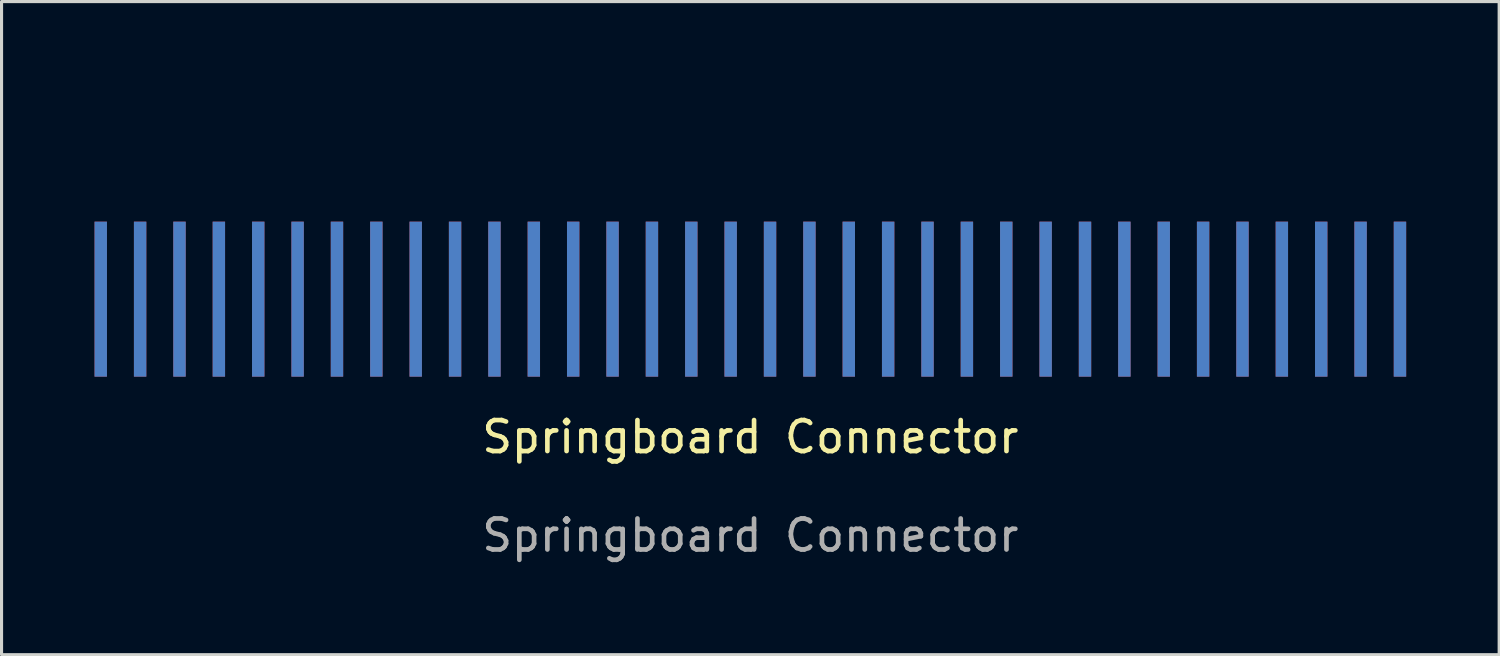
<source format=kicad_pcb>
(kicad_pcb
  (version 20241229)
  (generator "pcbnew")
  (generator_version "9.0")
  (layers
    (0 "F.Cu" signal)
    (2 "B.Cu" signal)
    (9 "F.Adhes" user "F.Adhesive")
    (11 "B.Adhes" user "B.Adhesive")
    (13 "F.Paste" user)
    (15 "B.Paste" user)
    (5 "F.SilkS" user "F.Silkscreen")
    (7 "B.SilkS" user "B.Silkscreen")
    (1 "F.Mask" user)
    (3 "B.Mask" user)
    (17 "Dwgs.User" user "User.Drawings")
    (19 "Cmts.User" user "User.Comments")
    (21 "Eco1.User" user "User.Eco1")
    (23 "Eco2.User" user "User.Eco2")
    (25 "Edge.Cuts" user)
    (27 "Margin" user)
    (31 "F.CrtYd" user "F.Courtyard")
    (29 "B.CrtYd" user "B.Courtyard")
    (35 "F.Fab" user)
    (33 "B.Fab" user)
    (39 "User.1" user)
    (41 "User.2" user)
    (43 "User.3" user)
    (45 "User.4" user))
  (footprint "Springboard Connector"
    (layer "F.Cu")
    (at 21.155 0.25)
    (property "Reference" "Springboard Connector" (at 0 10.795 0) (unlocked yes) (layer "F.SilkS") (effects (font (size 1 1) (thickness 0.15))))
    (attr smd)
    (fp_text user "${REFERENCE}" (at 0 13.97 0) (unlocked yes) (layer "F.Fab") (effects (font (size 1 1) (thickness 0.15))))
    (pad "1" smd rect (at -20.955 6.35) (size 0.4 5) (layers "B.Cu" "B.Mask" "B.Paste"))
    (pad "2" smd rect (at -19.685 6.35) (size 0.4 5) (layers "B.Cu" "B.Mask" "B.Paste"))
    (pad "3" smd rect (at -18.415 6.35) (size 0.4 5) (layers "B.Cu" "B.Mask" "B.Paste"))
    (pad "4" smd rect (at -17.145 6.35) (size 0.4 5) (layers "B.Cu" "B.Mask" "B.Paste"))
    (pad "5" smd rect (at -15.875 6.35) (size 0.4 5) (layers "B.Cu" "B.Mask" "B.Paste"))
    (pad "6" smd rect (at -14.605 6.35) (size 0.4 5) (layers "B.Cu" "B.Mask" "B.Paste"))
    (pad "7" smd rect (at -13.335 6.35) (size 0.4 5) (layers "B.Cu" "B.Mask" "B.Paste"))
    (pad "8" smd rect (at -12.065 6.35) (size 0.4 5) (layers "B.Cu" "B.Mask" "B.Paste"))
    (pad "9" smd rect (at -10.795 6.35) (size 0.4 5) (layers "B.Cu" "B.Mask" "B.Paste"))
    (pad "10" smd rect (at -9.525 6.35) (size 0.4 5) (layers "B.Cu" "B.Mask" "B.Paste"))
    (pad "11" smd rect (at -8.255 6.35) (size 0.4 5) (layers "B.Cu" "B.Mask" "B.Paste"))
    (pad "12" smd rect (at -6.985 6.35) (size 0.4 5) (layers "B.Cu" "B.Mask" "B.Paste"))
    (pad "13" smd rect (at -5.715 6.35) (size 0.4 5) (layers "B.Cu" "B.Mask" "B.Paste"))
    (pad "14" smd rect (at -4.445 6.35) (size 0.4 5) (layers "B.Cu" "B.Mask" "B.Paste"))
    (pad "15" smd rect (at -3.175 6.35) (size 0.4 5) (layers "B.Cu" "B.Mask" "B.Paste"))
    (pad "16" smd rect (at -1.905 6.35) (size 0.4 5) (layers "B.Cu" "B.Mask" "B.Paste"))
    (pad "17" smd rect (at -0.635 6.35) (size 0.4 5) (layers "B.Cu" "B.Mask" "B.Paste"))
    (pad "18" smd rect (at 0.635 6.35) (size 0.4 5) (layers "B.Cu" "B.Mask" "B.Paste"))
    (pad "19" smd rect (at 1.905 6.35) (size 0.4 5) (layers "B.Cu" "B.Mask" "B.Paste"))
    (pad "20" smd rect (at 3.175 6.35) (size 0.4 5) (layers "B.Cu" "B.Mask" "B.Paste"))
    (pad "21" smd rect (at 4.445 6.35) (size 0.4 5) (layers "B.Cu" "B.Mask" "B.Paste"))
    (pad "22" smd rect (at 5.715 6.35) (size 0.4 5) (layers "B.Cu" "B.Mask" "B.Paste"))
    (pad "23" smd rect (at 6.985 6.35) (size 0.4 5) (layers "B.Cu" "B.Mask" "B.Paste"))
    (pad "24" smd rect (at 8.255 6.35) (size 0.4 5) (layers "B.Cu" "B.Mask" "B.Paste"))
    (pad "25" smd rect (at 9.525 6.35) (size 0.4 5) (layers "B.Cu" "B.Mask" "B.Paste"))
    (pad "26" smd rect (at 10.795 6.35) (size 0.4 5) (layers "B.Cu" "B.Mask" "B.Paste"))
    (pad "27" smd rect (at 12.065 6.35) (size 0.4 5) (layers "B.Cu" "B.Mask" "B.Paste"))
    (pad "28" smd rect (at 13.335 6.35) (size 0.4 5) (layers "B.Cu" "B.Mask" "B.Paste"))
    (pad "29" smd rect (at 14.605 6.35) (size 0.4 5) (layers "B.Cu" "B.Mask" "B.Paste"))
    (pad "30" smd rect (at 15.875 6.35) (size 0.4 5) (layers "B.Cu" "B.Mask" "B.Paste"))
    (pad "31" smd rect (at 17.145 6.35) (size 0.4 5) (layers "B.Cu" "B.Mask" "B.Paste"))
    (pad "32" smd rect (at 18.415 6.35) (size 0.4 5) (layers "B.Cu" "B.Mask" "B.Paste"))
    (pad "33" smd rect (at 19.685 6.35) (size 0.4 5) (layers "B.Cu" "B.Mask" "B.Paste"))
    (pad "34" smd rect (at 20.955 6.35) (size 0.4 5) (layers "B.Cu" "B.Mask" "B.Paste"))
    (pad "35" smd rect (at -20.955 6.35) (size 0.4 5) (layers "F.Cu" "F.Mask" "F.Paste"))
    (pad "36" smd rect (at -19.685 6.35) (size 0.4 5) (layers "F.Cu" "F.Mask" "F.Paste"))
    (pad "37" smd rect (at -18.415 6.35) (size 0.4 5) (layers "F.Cu" "F.Mask" "F.Paste"))
    (pad "38" smd rect (at -17.145 6.35) (size 0.4 5) (layers "F.Cu" "F.Mask" "F.Paste"))
    (pad "39" smd rect (at -15.875 6.35) (size 0.4 5) (layers "F.Cu" "F.Mask" "F.Paste"))
    (pad "40" smd rect (at -14.605 6.35) (size 0.4 5) (layers "F.Cu" "F.Mask" "F.Paste"))
    (pad "41" smd rect (at -13.335 6.35) (size 0.4 5) (layers "F.Cu" "F.Mask" "F.Paste"))
    (pad "42" smd rect (at -12.065 6.35) (size 0.4 5) (layers "F.Cu" "F.Mask" "F.Paste"))
    (pad "43" smd rect (at -10.795 6.35) (size 0.4 5) (layers "F.Cu" "F.Mask" "F.Paste"))
    (pad "44" smd rect (at -9.525 6.35) (size 0.4 5) (layers "F.Cu" "F.Mask" "F.Paste"))
    (pad "45" smd rect (at -8.255 6.35) (size 0.4 5) (layers "F.Cu" "F.Mask" "F.Paste"))
    (pad "46" smd rect (at -6.985 6.35) (size 0.4 5) (layers "F.Cu" "F.Mask" "F.Paste"))
    (pad "47" smd rect (at -5.715 6.35) (size 0.4 5) (layers "F.Cu" "F.Mask" "F.Paste"))
    (pad "48" smd rect (at -4.445 6.35) (size 0.4 5) (layers "F.Cu" "F.Mask" "F.Paste"))
    (pad "49" smd rect (at -3.175 6.35) (size 0.4 5) (layers "F.Cu" "F.Mask" "F.Paste"))
    (pad "50" smd rect (at -1.905 6.35) (size 0.4 5) (layers "F.Cu" "F.Mask" "F.Paste"))
    (pad "51" smd rect (at -0.635 6.35) (size 0.4 5) (layers "F.Cu" "F.Mask" "F.Paste"))
    (pad "52" smd rect (at 0.635 6.35) (size 0.4 5) (layers "F.Cu" "F.Mask" "F.Paste"))
    (pad "53" smd rect (at 1.905 6.35) (size 0.4 5) (layers "F.Cu" "F.Mask" "F.Paste"))
    (pad "54" smd rect (at 3.175 6.35) (size 0.4 5) (layers "F.Cu" "F.Mask" "F.Paste"))
    (pad "55" smd rect (at 4.445 6.35) (size 0.4 5) (layers "F.Cu" "F.Mask" "F.Paste"))
    (pad "56" smd rect (at 5.715 6.35) (size 0.4 5) (layers "F.Cu" "F.Mask" "F.Paste"))
    (pad "57" smd rect (at 6.985 6.35) (size 0.4 5) (layers "F.Cu" "F.Mask" "F.Paste"))
    (pad "58" smd rect (at 8.255 6.35) (size 0.4 5) (layers "F.Cu" "F.Mask" "F.Paste"))
    (pad "59" smd rect (at 9.525 6.35) (size 0.4 5) (layers "F.Cu" "F.Mask" "F.Paste"))
    (pad "60" smd rect (at 10.795 6.35) (size 0.4 5) (layers "F.Cu" "F.Mask" "F.Paste"))
    (pad "61" smd rect (at 12.065 6.35) (size 0.4 5) (layers "F.Cu" "F.Mask" "F.Paste"))
    (pad "62" smd rect (at 13.335 6.35) (size 0.4 5) (layers "F.Cu" "F.Mask" "F.Paste"))
    (pad "63" smd rect (at 14.605 6.35) (size 0.4 5) (layers "F.Cu" "F.Mask" "F.Paste"))
    (pad "64" smd rect (at 15.875 6.35) (size 0.4 5) (layers "F.Cu" "F.Mask" "F.Paste"))
    (pad "65" smd rect (at 17.145 6.35) (size 0.4 5) (layers "F.Cu" "F.Mask" "F.Paste"))
    (pad "66" smd rect (at 18.415 6.35) (size 0.4 5) (layers "F.Cu" "F.Mask" "F.Paste"))
    (pad "67" smd rect (at 19.685 6.35) (size 0.4 5) (layers "F.Cu" "F.Mask" "F.Paste"))
    (pad "68" smd rect (at 20.955 6.35) (size 0.4 5) (layers "F.Cu" "F.Mask" "F.Paste")))
  (gr_rect
    (start -3 -3)
    (end 45.31 18.068)
    (stroke (width 0.1) (type default))
    (fill no)
    (layer "Edge.Cuts")))
</source>
